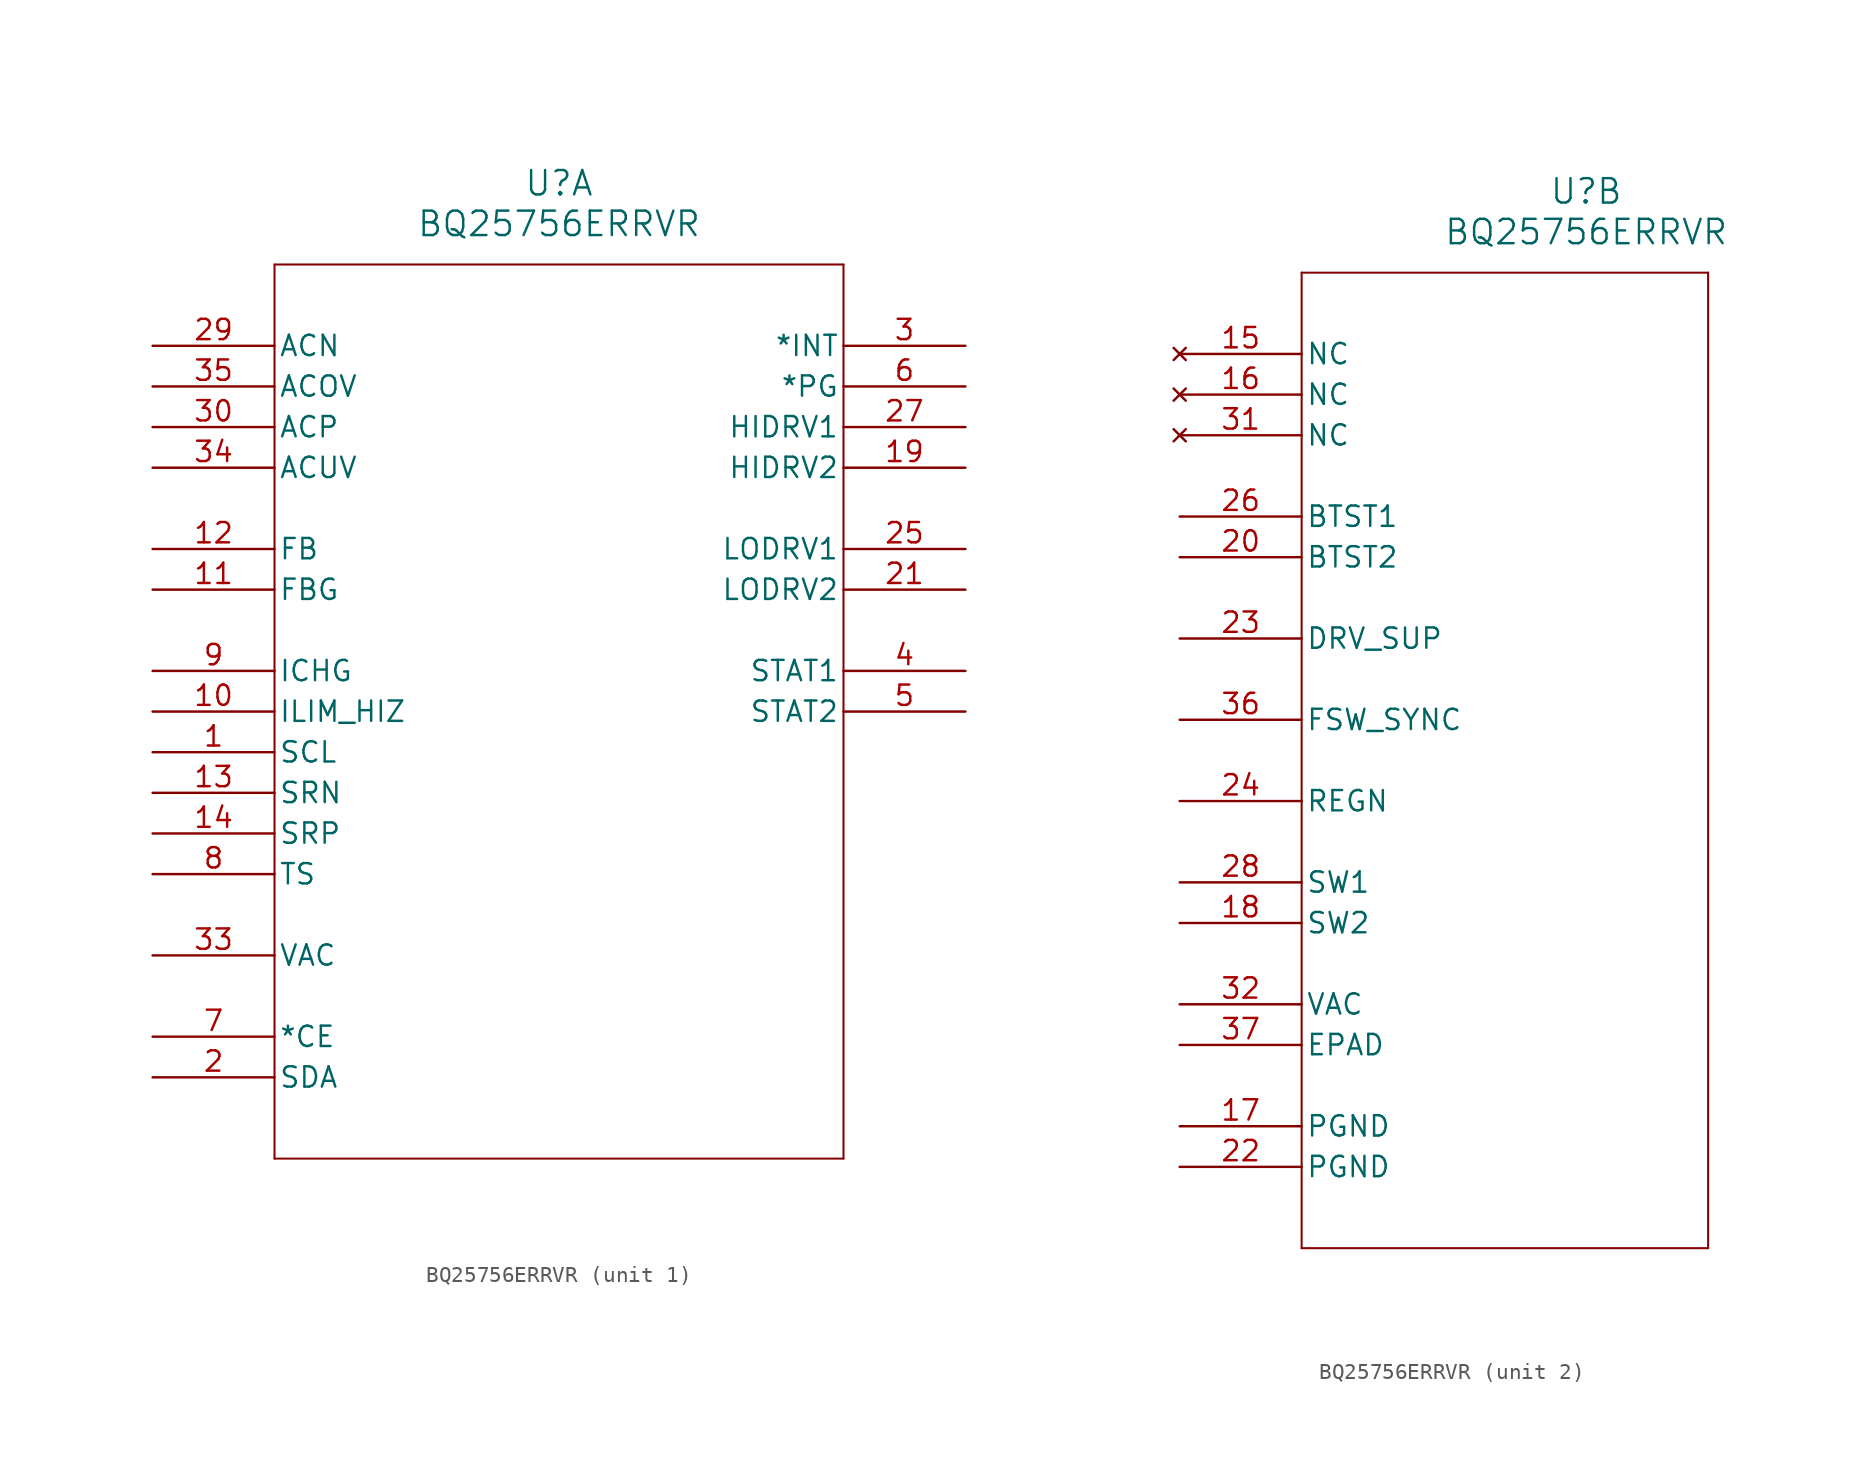
<source format=kicad_sym>
(kicad_symbol_lib
  (version 20241209)
  (generator "kicad_symbol_editor")
  (generator_version "9.0")
  (symbol "BQ25756ERRVR"
    (pin_names
      (offset 0.254))
    (property "Reference" "U"
      (at 25.4 10.16 0)
      (effects (font (size 1.524 1.524))))
    (property "Value" "BQ25756ERRVR"
      (at 25.4 7.62 0)
      (effects (font (size 1.524 1.524))))
    (property "ki_locked" ""
      (at 0 0 0)
      (effects (font (size 1.27 1.27))))
    (symbol "BQ25756ERRVR_1_1"
      (polyline (pts (xy 7.62 5.08) (xy 7.62 -50.8)) (stroke (width 0.127) (type default)) (fill (type none)))
      (polyline (pts (xy 7.62 -50.8) (xy 43.18 -50.8)) (stroke (width 0.127) (type default)) (fill (type none)))
      (polyline (pts (xy 43.18 5.08) (xy 7.62 5.08)) (stroke (width 0.127) (type default)) (fill (type none)))
      (polyline (pts (xy 43.18 -50.8) (xy 43.18 5.08)) (stroke (width 0.127) (type default)) (fill (type none)))
      (pin input line (at 0 0 0) (length 7.62) (name "ACN" (effects (font (size 1.27 1.27)))) (number "29" (effects (font (size 1.27 1.27)))))
      (pin input line (at 0 -2.54 0) (length 7.62) (name "ACOV" (effects (font (size 1.27 1.27)))) (number "35" (effects (font (size 1.27 1.27)))))
      (pin input line (at 0 -5.08 0) (length 7.62) (name "ACP" (effects (font (size 1.27 1.27)))) (number "30" (effects (font (size 1.27 1.27)))))
      (pin input line (at 0 -7.62 0) (length 7.62) (name "ACUV" (effects (font (size 1.27 1.27)))) (number "34" (effects (font (size 1.27 1.27)))))
      (pin input line (at 0 -12.7 0) (length 7.62) (name "FB" (effects (font (size 1.27 1.27)))) (number "12" (effects (font (size 1.27 1.27)))))
      (pin input line (at 0 -15.24 0) (length 7.62) (name "FBG" (effects (font (size 1.27 1.27)))) (number "11" (effects (font (size 1.27 1.27)))))
      (pin input line (at 0 -20.32 0) (length 7.62) (name "ICHG" (effects (font (size 1.27 1.27)))) (number "9" (effects (font (size 1.27 1.27)))))
      (pin input line (at 0 -22.86 0) (length 7.62) (name "ILIM_HIZ" (effects (font (size 1.27 1.27)))) (number "10" (effects (font (size 1.27 1.27)))))
      (pin input line (at 0 -25.4 0) (length 7.62) (name "SCL" (effects (font (size 1.27 1.27)))) (number "1" (effects (font (size 1.27 1.27)))))
      (pin input line (at 0 -27.94 0) (length 7.62) (name "SRN" (effects (font (size 1.27 1.27)))) (number "13" (effects (font (size 1.27 1.27)))))
      (pin input line (at 0 -30.48 0) (length 7.62) (name "SRP" (effects (font (size 1.27 1.27)))) (number "14" (effects (font (size 1.27 1.27)))))
      (pin input line (at 0 -33.02 0) (length 7.62) (name "TS" (effects (font (size 1.27 1.27)))) (number "8" (effects (font (size 1.27 1.27)))))
      (pin input line (at 0 -38.1 0) (length 7.62) (name "VAC" (effects (font (size 1.27 1.27)))) (number "33" (effects (font (size 1.27 1.27)))))
      (pin bidirectional line (at 0 -43.18 0) (length 7.62) (name "*CE" (effects (font (size 1.27 1.27)))) (number "7" (effects (font (size 1.27 1.27)))))
      (pin bidirectional line (at 0 -45.72 0) (length 7.62) (name "SDA" (effects (font (size 1.27 1.27)))) (number "2" (effects (font (size 1.27 1.27)))))
      (pin output line (at 50.8 0 180) (length 7.62) (name "*INT" (effects (font (size 1.27 1.27)))) (number "3" (effects (font (size 1.27 1.27)))))
      (pin output line (at 50.8 -2.54 180) (length 7.62) (name "*PG" (effects (font (size 1.27 1.27)))) (number "6" (effects (font (size 1.27 1.27)))))
      (pin output line (at 50.8 -5.08 180) (length 7.62) (name "HIDRV1" (effects (font (size 1.27 1.27)))) (number "27" (effects (font (size 1.27 1.27)))))
      (pin output line (at 50.8 -7.62 180) (length 7.62) (name "HIDRV2" (effects (font (size 1.27 1.27)))) (number "19" (effects (font (size 1.27 1.27)))))
      (pin output line (at 50.8 -12.7 180) (length 7.62) (name "LODRV1" (effects (font (size 1.27 1.27)))) (number "25" (effects (font (size 1.27 1.27)))))
      (pin output line (at 50.8 -15.24 180) (length 7.62) (name "LODRV2" (effects (font (size 1.27 1.27)))) (number "21" (effects (font (size 1.27 1.27)))))
      (pin output line (at 50.8 -20.32 180) (length 7.62) (name "STAT1" (effects (font (size 1.27 1.27)))) (number "4" (effects (font (size 1.27 1.27)))))
      (pin output line (at 50.8 -22.86 180) (length 7.62) (name "STAT2" (effects (font (size 1.27 1.27)))) (number "5" (effects (font (size 1.27 1.27))))))
    (symbol "BQ25756ERRVR_2_1"
      (polyline (pts (xy 7.62 5.08) (xy 7.62 -55.88)) (stroke (width 0.127) (type default)) (fill (type none)))
      (polyline (pts (xy 7.62 -55.88) (xy 33.02 -55.88)) (stroke (width 0.127) (type default)) (fill (type none)))
      (polyline (pts (xy 33.02 5.08) (xy 7.62 5.08)) (stroke (width 0.127) (type default)) (fill (type none)))
      (polyline (pts (xy 33.02 -55.88) (xy 33.02 5.08)) (stroke (width 0.127) (type default)) (fill (type none)))
      (pin no_connect line (at 0 0 0) (length 7.62) (name "NC" (effects (font (size 1.27 1.27)))) (number "15" (effects (font (size 1.27 1.27)))))
      (pin no_connect line (at 0 -2.54 0) (length 7.62) (name "NC" (effects (font (size 1.27 1.27)))) (number "16" (effects (font (size 1.27 1.27)))))
      (pin no_connect line (at 0 -5.08 0) (length 7.62) (name "NC" (effects (font (size 1.27 1.27)))) (number "31" (effects (font (size 1.27 1.27)))))
      (pin power_in line (at 0 -10.16 0) (length 7.62) (name "BTST1" (effects (font (size 1.27 1.27)))) (number "26" (effects (font (size 1.27 1.27)))))
      (pin power_in line (at 0 -12.7 0) (length 7.62) (name "BTST2" (effects (font (size 1.27 1.27)))) (number "20" (effects (font (size 1.27 1.27)))))
      (pin power_in line (at 0 -17.78 0) (length 7.62) (name "DRV_SUP" (effects (font (size 1.27 1.27)))) (number "23" (effects (font (size 1.27 1.27)))))
      (pin power_in line (at 0 -22.86 0) (length 7.62) (name "FSW_SYNC" (effects (font (size 1.27 1.27)))) (number "36" (effects (font (size 1.27 1.27)))))
      (pin power_in line (at 0 -27.94 0) (length 7.62) (name "REGN" (effects (font (size 1.27 1.27)))) (number "24" (effects (font (size 1.27 1.27)))))
      (pin power_in line (at 0 -33.02 0) (length 7.62) (name "SW1" (effects (font (size 1.27 1.27)))) (number "28" (effects (font (size 1.27 1.27)))))
      (pin power_in line (at 0 -35.56 0) (length 7.62) (name "SW2" (effects (font (size 1.27 1.27)))) (number "18" (effects (font (size 1.27 1.27)))))
      (pin power_in line (at 0 -40.64 0) (length 7.62) (name "VAC" (effects (font (size 1.27 1.27)))) (number "32" (effects (font (size 1.27 1.27)))))
      (pin power_out line (at 0 -43.18 0) (length 7.62) (name "EPAD" (effects (font (size 1.27 1.27)))) (number "37" (effects (font (size 1.27 1.27)))))
      (pin power_out line (at 0 -48.26 0) (length 7.62) (name "PGND" (effects (font (size 1.27 1.27)))) (number "17" (effects (font (size 1.27 1.27)))))
      (pin power_in line (at 0 -50.8 0) (length 7.62) (name "PGND" (effects (font (size 1.27 1.27)))) (number "22" (effects (font (size 1.27 1.27))))))))
</source>
